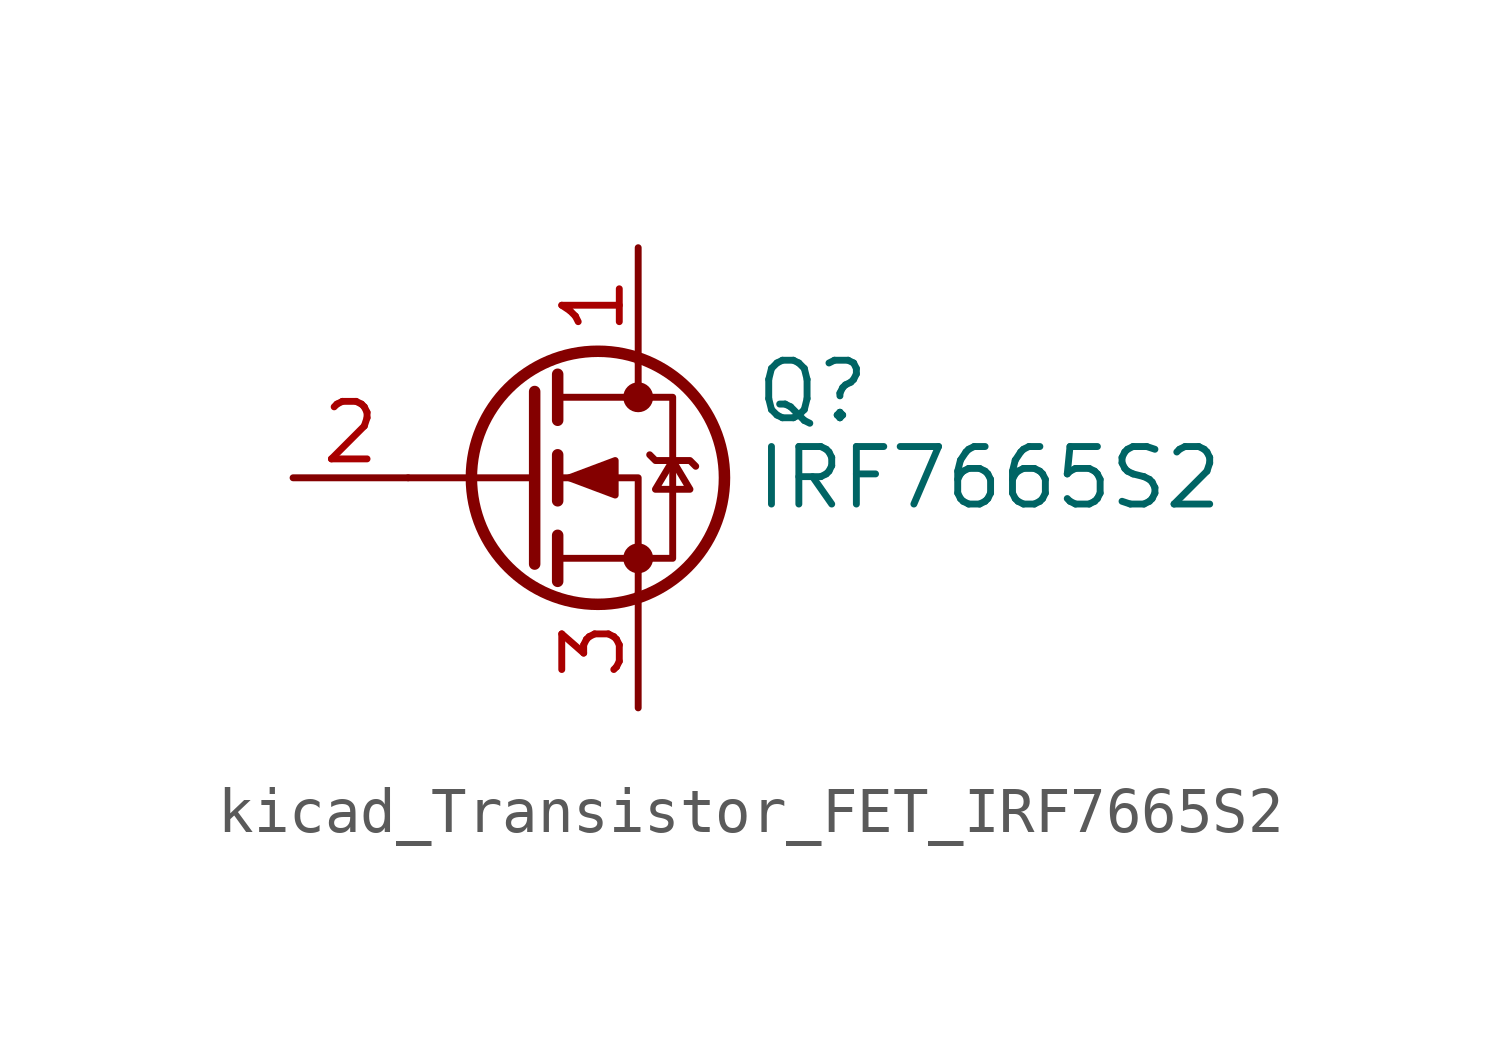
<source format=kicad_sym>
(kicad_symbol_lib
  (version 20220914)
  (generator kicad_symbol_editor)
  (symbol "kicad_Transistor_FET_IRF7665S2"
    (pin_names hide)
    (property "Reference" "Q"
      (at 5.08 1.905 0)
      (effects (font (size 1.27 1.27)) (justify left)))
    (property "Value" "IRF7665S2"
      (at 5.08 0 0)
      (effects (font (size 1.27 1.27)) (justify left)))
    (symbol "kicad_Transistor_FET_IRF7665S2_0_1"
      (polyline (pts (xy 0.254 0) (xy -2.54 0)) (stroke (width 0) (type default)) (fill (type none)))
      (polyline (pts (xy 0.254 1.905) (xy 0.254 -1.905)) (stroke (width 0.254) (type default)) (fill (type none)))
      (polyline (pts (xy 0.762 -1.27) (xy 0.762 -2.286)) (stroke (width 0.254) (type default)) (fill (type none)))
      (polyline (pts (xy 0.762 0.508) (xy 0.762 -0.508)) (stroke (width 0.254) (type default)) (fill (type none)))
      (polyline (pts (xy 0.762 2.286) (xy 0.762 1.27)) (stroke (width 0.254) (type default)) (fill (type none)))
      (polyline (pts (xy 2.54 2.54) (xy 2.54 1.778)) (stroke (width 0) (type default)) (fill (type none)))
      (polyline (pts (xy 2.54 -2.54) (xy 2.54 0) (xy 0.762 0)) (stroke (width 0) (type default)) (fill (type none)))
      (polyline (pts (xy 0.762 -1.778) (xy 3.302 -1.778) (xy 3.302 1.778) (xy 0.762 1.778)) (stroke (width 0) (type default)) (fill (type none)))
      (polyline (pts (xy 1.016 0) (xy 2.032 0.381) (xy 2.032 -0.381) (xy 1.016 0)) (stroke (width 0) (type default)) (fill (type outline)))
      (polyline (pts (xy 2.794 0.508) (xy 2.921 0.381) (xy 3.683 0.381) (xy 3.81 0.254)) (stroke (width 0) (type default)) (fill (type none)))
      (polyline (pts (xy 3.302 0.381) (xy 2.921 -0.254) (xy 3.683 -0.254) (xy 3.302 0.381)) (stroke (width 0) (type default)) (fill (type none)))
      (circle (center 1.651 0) (radius 2.794) (stroke (width 0.254) (type default)) (fill (type none)))
      (circle (center 2.54 -1.778) (radius 0.254) (stroke (width 0) (type default)) (fill (type outline)))
      (circle (center 2.54 1.778) (radius 0.254) (stroke (width 0) (type default)) (fill (type outline))))
    (symbol "kicad_Transistor_FET_IRF7665S2_1_1"
      (pin passive line (at 2.54 5.08 270) (length 2.54) (name "D" (effects (font (size 1.27 1.27)))) (number "1" (effects (font (size 1.27 1.27)))))
      (pin input line (at -5.08 0 0) (length 2.54) (name "G" (effects (font (size 1.27 1.27)))) (number "2" (effects (font (size 1.27 1.27)))))
      (pin passive line (at 2.54 -5.08 90) (length 2.54) (name "S" (effects (font (size 1.27 1.27)))) (number "3" (effects (font (size 1.27 1.27))))))))
</source>
